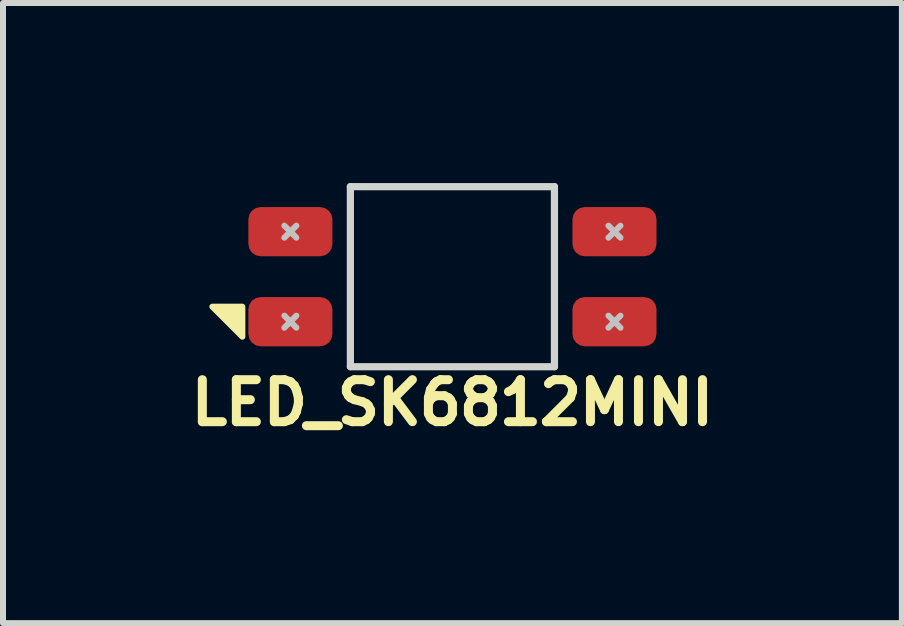
<source format=kicad_pcb>
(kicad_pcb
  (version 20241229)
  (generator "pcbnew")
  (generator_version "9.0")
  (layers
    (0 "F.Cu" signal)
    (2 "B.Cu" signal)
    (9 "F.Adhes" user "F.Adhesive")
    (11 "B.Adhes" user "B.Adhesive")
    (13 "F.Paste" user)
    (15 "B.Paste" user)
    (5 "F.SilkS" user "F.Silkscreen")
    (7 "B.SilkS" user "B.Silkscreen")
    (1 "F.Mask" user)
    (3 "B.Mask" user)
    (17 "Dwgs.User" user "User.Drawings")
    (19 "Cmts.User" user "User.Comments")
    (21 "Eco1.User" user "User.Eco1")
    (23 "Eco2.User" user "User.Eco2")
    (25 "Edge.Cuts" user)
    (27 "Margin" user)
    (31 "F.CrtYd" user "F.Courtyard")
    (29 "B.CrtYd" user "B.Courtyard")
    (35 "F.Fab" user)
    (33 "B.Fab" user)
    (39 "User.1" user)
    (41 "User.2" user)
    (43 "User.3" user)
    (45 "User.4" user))
  (footprint "LED_SK6812MINI"
    (layer "F.Cu")
    (at 4.488 1.56)
    (property "Reference" "LED_SK6812MINI" (at 0 2.1 0) (unlocked yes) (layer "F.SilkS") (effects (font (size 0.7 0.7) (thickness 0.15))))
    (attr through_hole)
    (fp_poly (pts (xy -4 0.5) (xy -3.5 0.5) (xy -3.5 1)) (stroke (width 0.1) (type solid)) (fill yes) (layer "F.SilkS"))
    (fp_line (start -2.8 -0.65) (end -2.6 -0.85) (stroke (width 0.1) (type default)) (layer "Dwgs.User"))
    (fp_line (start -2.8 0.85) (end -2.6 0.65) (stroke (width 0.1) (type default)) (layer "Dwgs.User"))
    (fp_line (start -2.6 -0.65) (end -2.8 -0.85) (stroke (width 0.1) (type default)) (layer "Dwgs.User"))
    (fp_line (start -2.6 0.85) (end -2.8 0.65) (stroke (width 0.1) (type default)) (layer "Dwgs.User"))
    (fp_line (start 2.6 -0.65) (end 2.8 -0.85) (stroke (width 0.1) (type default)) (layer "Dwgs.User"))
    (fp_line (start 2.6 0.85) (end 2.8 0.65) (stroke (width 0.1) (type default)) (layer "Dwgs.User"))
    (fp_line (start 2.8 -0.65) (end 2.6 -0.85) (stroke (width 0.1) (type default)) (layer "Dwgs.User"))
    (fp_line (start 2.8 0.85) (end 2.6 0.65) (stroke (width 0.1) (type default)) (layer "Dwgs.User"))
    (fp_line (start -1.7 -1.5) (end -1.7 1.5) (stroke (width 0.12) (type solid)) (layer "Edge.Cuts"))
    (fp_line (start -1.7 1.5) (end 1.7 1.5) (stroke (width 0.12) (type solid)) (layer "Edge.Cuts"))
    (fp_line (start 1.7 -1.5) (end -1.7 -1.5) (stroke (width 0.12) (type solid)) (layer "Edge.Cuts"))
    (fp_line (start 1.7 1.5) (end 1.7 -1.5) (stroke (width 0.12) (type solid)) (layer "Edge.Cuts"))
    (pad "1" smd roundrect (at 2.7 -0.75) (size 1.4 0.82) (layers "F.Cu" "F.Mask" "F.Paste") (roundrect_rratio 0.25))
    (pad "2" smd roundrect (at 2.7 0.75) (size 1.4 0.82) (layers "F.Cu" "F.Mask" "F.Paste") (roundrect_rratio 0.25))
    (pad "3" smd roundrect (at -2.7 0.75) (size 1.4 0.82) (layers "F.Cu" "F.Mask" "F.Paste") (roundrect_rratio 0.25))
    (pad "4" smd roundrect (at -2.7 -0.75) (size 1.4 0.82) (layers "F.Cu" "F.Mask" "F.Paste") (roundrect_rratio 0.25)))
  (gr_rect
    (start -3 -3)
    (end 11.977 7.333)
    (stroke (width 0.1) (type default))
    (fill no)
    (layer "Edge.Cuts")))
</source>
